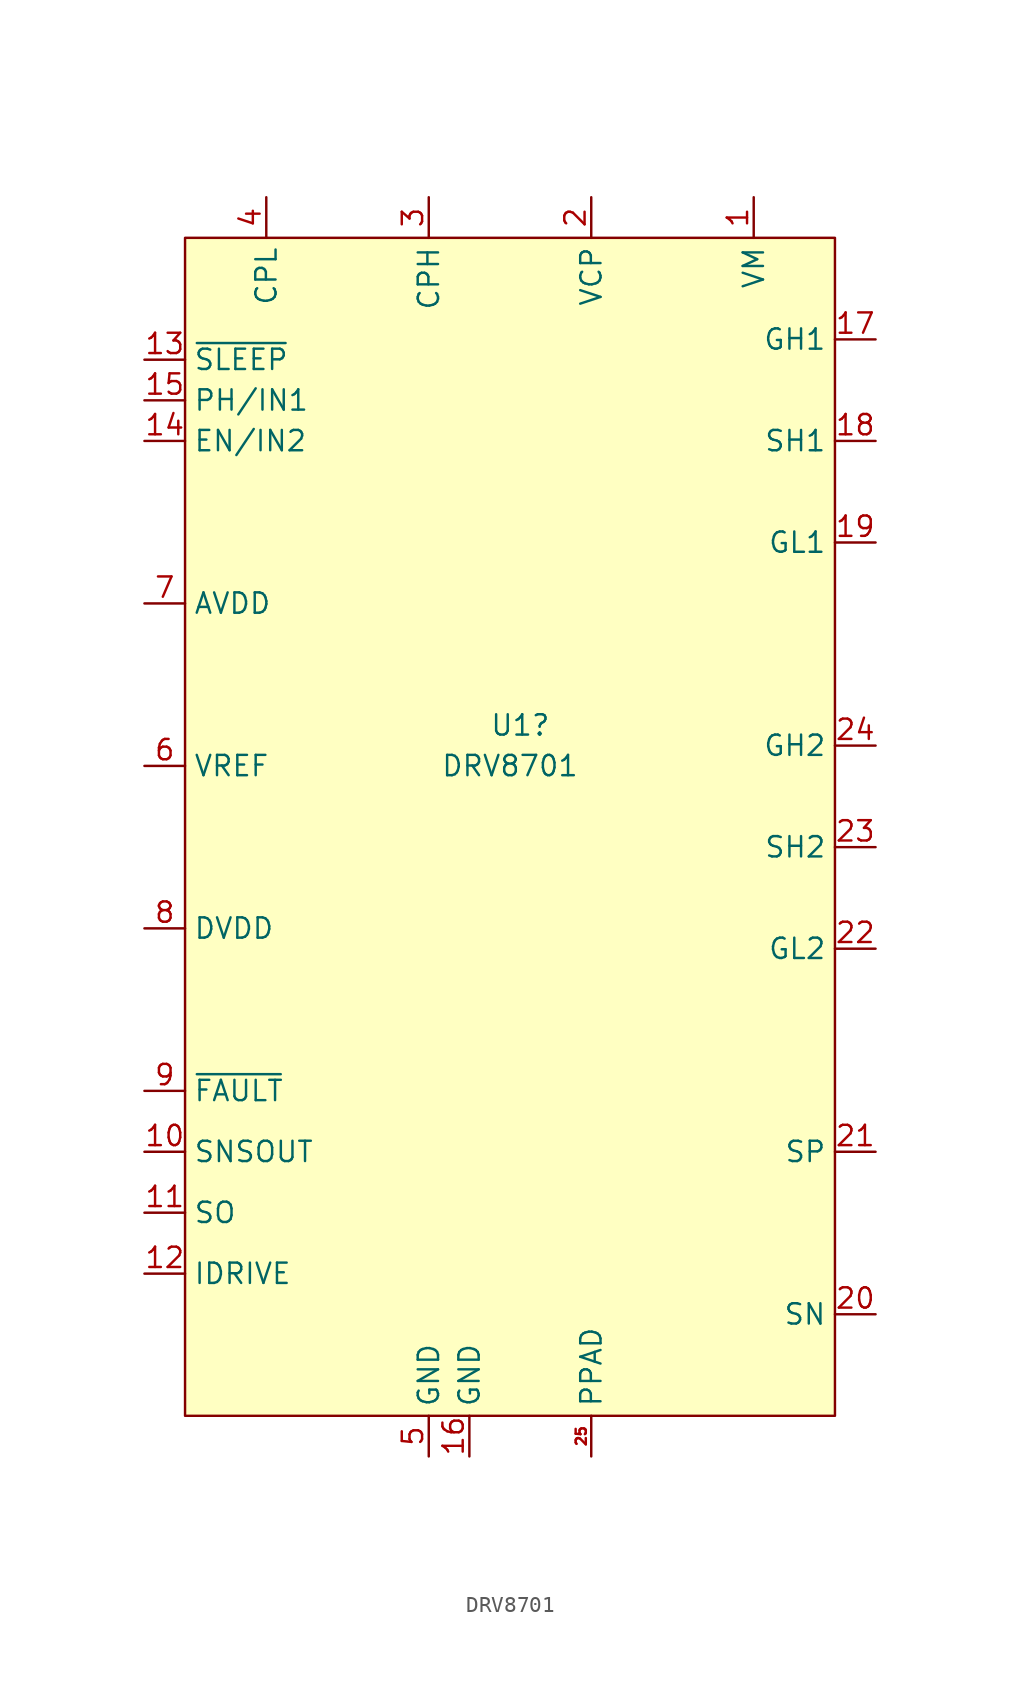
<source format=kicad_sym>
(kicad_symbol_lib
  (version 20241209)
  (generator "kicad_symbol_editor")
  (generator_version "9.0")
  (symbol "DRV8701"
    (property "Reference" "U1"
      (at 19.05 -30.48 0)
      (effects (font (size 1.27 1.27)) (justify left)))
    (property "Value" "DRV8701"
      (at 20.32 -33.02 0)
      (effects (font (size 1.27 1.27))))
    (symbol "DRV8701_0_1"
      (rectangle (start 0 0) (end 40.64 -73.66) (stroke (width 0) (type default)) (fill (type background))))
    (symbol "DRV8701_1_1"
      (pin input line (at -2.54 -7.62 0) (length 2.54) (name "~{SLEEP}" (effects (font (size 1.27 1.27)))) (number "13" (effects (font (size 1.27 1.27)))))
      (pin input line (at -2.54 -10.16 0) (length 2.54) (name "PH/IN1" (effects (font (size 1.27 1.27)))) (number "15" (effects (font (size 1.27 1.27)))))
      (pin input line (at -2.54 -12.7 0) (length 2.54) (name "EN/IN2" (effects (font (size 1.27 1.27)))) (number "14" (effects (font (size 1.27 1.27)))))
      (pin power_out line (at -2.54 -22.86 0) (length 2.54) (name "AVDD" (effects (font (size 1.27 1.27)))) (number "7" (effects (font (size 1.27 1.27)))))
      (pin input line (at -2.54 -33.02 0) (length 2.54) (name "VREF" (effects (font (size 1.27 1.27)))) (number "6" (effects (font (size 1.27 1.27)))))
      (pin power_out line (at -2.54 -43.18 0) (length 2.54) (name "DVDD" (effects (font (size 1.27 1.27)))) (number "8" (effects (font (size 1.27 1.27)))))
      (pin open_collector line (at -2.54 -53.34 0) (length 2.54) (name "~{FAULT}" (effects (font (size 1.27 1.27)))) (number "9" (effects (font (size 1.27 1.27)))))
      (pin open_collector line (at -2.54 -57.15 0) (length 2.54) (name "SNSOUT" (effects (font (size 1.27 1.27)))) (number "10" (effects (font (size 1.27 1.27)))))
      (pin output line (at -2.54 -60.96 0) (length 2.54) (name "SO" (effects (font (size 1.27 1.27)))) (number "11" (effects (font (size 1.27 1.27)))))
      (pin input line (at -2.54 -64.77 0) (length 2.54) (name "IDRIVE" (effects (font (size 1.27 1.27)))) (number "12" (effects (font (size 1.27 1.27)))))
      (pin passive line (at 5.08 2.54 270) (length 2.54) (name "CPL" (effects (font (size 1.27 1.27)))) (number "4" (effects (font (size 1.27 1.27)))))
      (pin passive line (at 15.24 2.54 270) (length 2.54) (name "CPH" (effects (font (size 1.27 1.27)))) (number "3" (effects (font (size 1.27 1.27)))))
      (pin power_in line (at 15.24 -76.2 90) (length 2.54) (name "GND" (effects (font (size 1.27 1.27)))) (number "5" (effects (font (size 1.27 1.27)))))
      (pin power_in line (at 17.78 -76.2 90) (length 2.54) (name "GND" (effects (font (size 1.27 1.27)))) (number "16" (effects (font (size 1.27 1.27)))))
      (pin power_out line (at 25.4 2.54 270) (length 2.54) (name "VCP" (effects (font (size 1.27 1.27)))) (number "2" (effects (font (size 1.27 1.27)))))
      (pin power_in line (at 25.4 -76.2 90) (length 2.54) (name "PPAD" (effects (font (size 1.27 1.27)))) (number "25" (effects (font (size 0.635 0.635)))))
      (pin power_in line (at 35.56 2.54 270) (length 2.54) (name "VM" (effects (font (size 1.27 1.27)))) (number "1" (effects (font (size 1.27 1.27)))))
      (pin output line (at 43.18 -6.35 180) (length 2.54) (name "GH1" (effects (font (size 1.27 1.27)))) (number "17" (effects (font (size 1.27 1.27)))))
      (pin input line (at 43.18 -12.7 180) (length 2.54) (name "SH1" (effects (font (size 1.27 1.27)))) (number "18" (effects (font (size 1.27 1.27)))))
      (pin output line (at 43.18 -19.05 180) (length 2.54) (name "GL1" (effects (font (size 1.27 1.27)))) (number "19" (effects (font (size 1.27 1.27)))))
      (pin output line (at 43.18 -31.75 180) (length 2.54) (name "GH2" (effects (font (size 1.27 1.27)))) (number "24" (effects (font (size 1.27 1.27)))))
      (pin input line (at 43.18 -38.1 180) (length 2.54) (name "SH2" (effects (font (size 1.27 1.27)))) (number "23" (effects (font (size 1.27 1.27)))))
      (pin output line (at 43.18 -44.45 180) (length 2.54) (name "GL2" (effects (font (size 1.27 1.27)))) (number "22" (effects (font (size 1.27 1.27)))))
      (pin input line (at 43.18 -57.15 180) (length 2.54) (name "SP" (effects (font (size 1.27 1.27)))) (number "21" (effects (font (size 1.27 1.27)))))
      (pin input line (at 43.18 -67.31 180) (length 2.54) (name "SN" (effects (font (size 1.27 1.27)))) (number "20" (effects (font (size 1.27 1.27))))))))
</source>
